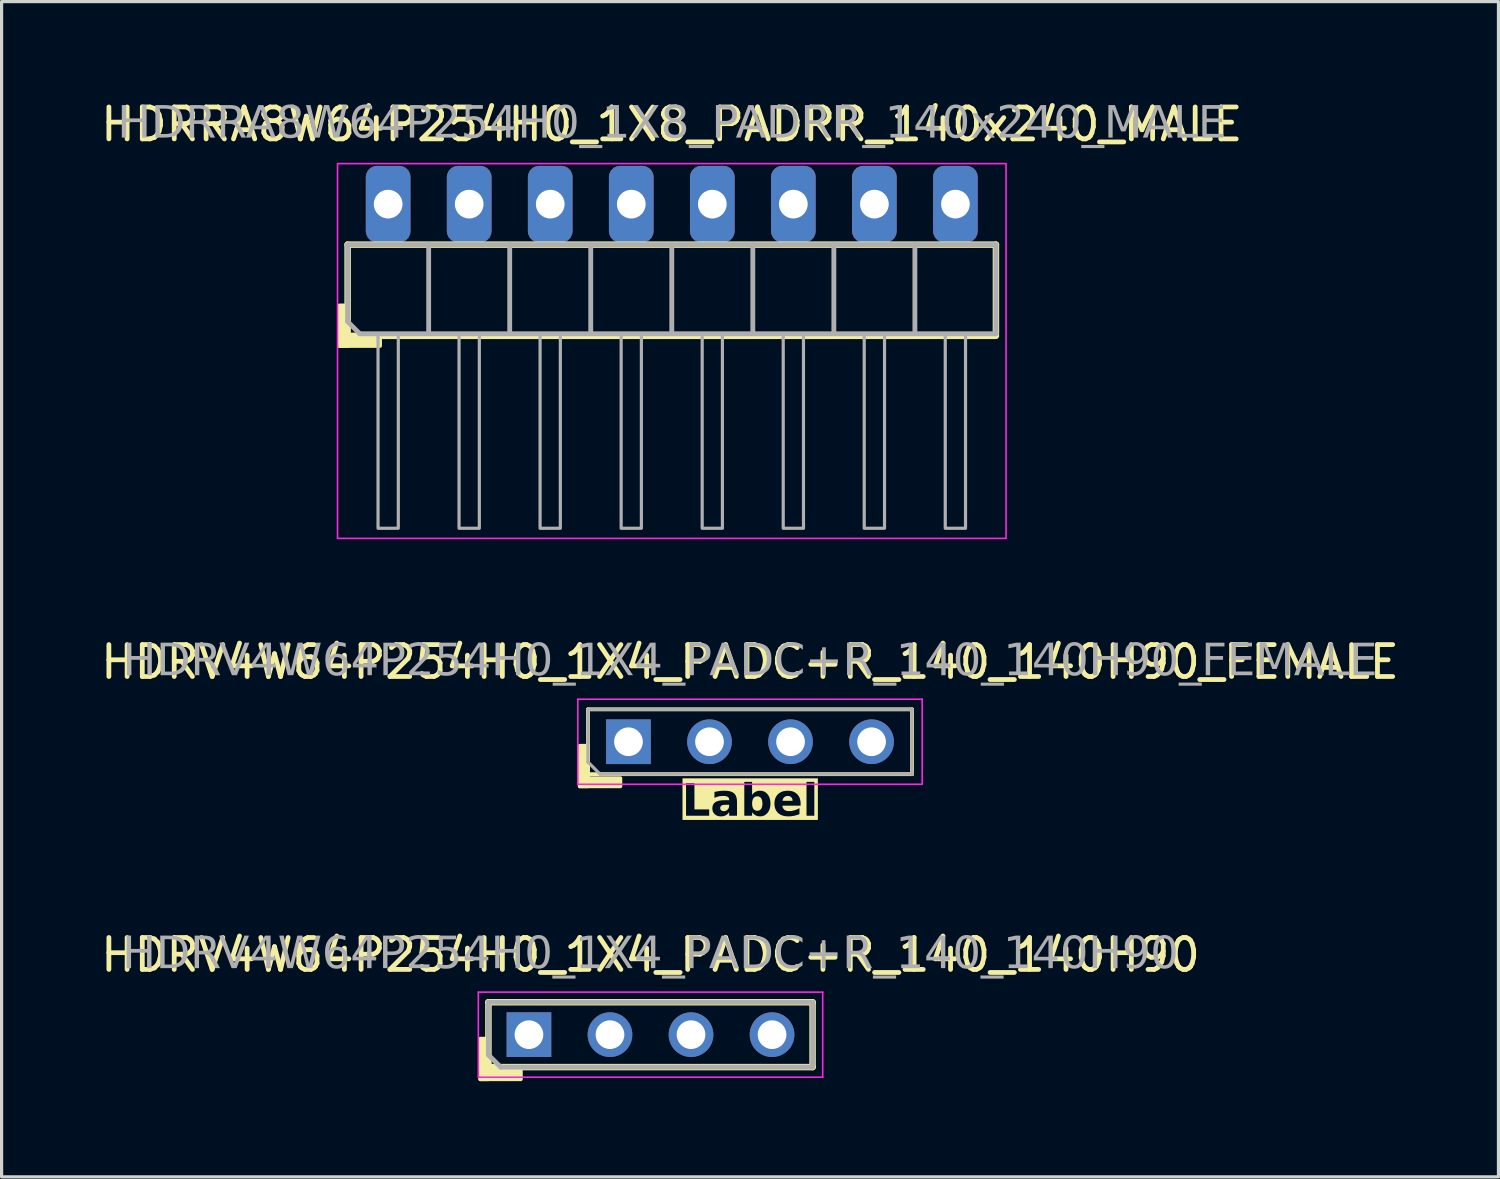
<source format=kicad_pcb>
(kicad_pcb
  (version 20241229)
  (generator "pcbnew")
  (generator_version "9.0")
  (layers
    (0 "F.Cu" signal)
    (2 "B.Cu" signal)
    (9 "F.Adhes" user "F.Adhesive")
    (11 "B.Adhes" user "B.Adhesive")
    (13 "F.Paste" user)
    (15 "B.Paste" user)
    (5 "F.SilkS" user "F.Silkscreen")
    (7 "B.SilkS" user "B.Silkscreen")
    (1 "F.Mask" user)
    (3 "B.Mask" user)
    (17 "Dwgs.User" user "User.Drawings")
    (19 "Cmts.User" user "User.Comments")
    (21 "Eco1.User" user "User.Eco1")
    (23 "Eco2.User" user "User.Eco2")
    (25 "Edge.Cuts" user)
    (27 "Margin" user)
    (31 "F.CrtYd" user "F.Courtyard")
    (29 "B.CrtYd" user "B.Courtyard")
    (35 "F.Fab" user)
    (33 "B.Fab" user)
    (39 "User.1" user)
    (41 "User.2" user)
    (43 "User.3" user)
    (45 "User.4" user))
  (footprint "HDRV4W64P254H0_1X4_PADC+R_140_140H90_FEMALE"
    (layer "F.Cu")
    (at 20.458 20.199)
    (property "Reference" "HDRV4W64P254H0_1X4_PADC+R_140_140H90_FEMALE" (at 0 -2.5 0) (layer "F.SilkS") (effects (font (size 1 1) (thickness 0.15))))
    (property "Label" "Label" (at 0 1.905 0) (layer "F.SilkS" knockout) (effects (font (face "Tahoma") (size 1 1) (thickness 0.2) (bold yes))))
    (attr through_hole exclude_from_pos_files exclude_from_bom)
    (fp_line (start -5.08 -1.016) (end -5.08 1.27) (stroke (width 0.12) (type solid)) (layer "F.SilkS"))
    (fp_line (start -5.08 1.016) (end 5.08 1.016) (stroke (width 0.12) (type solid)) (layer "F.SilkS"))
    (fp_line (start 5.08 -1.016) (end -5.08 -1.016) (stroke (width 0.12) (type solid)) (layer "F.SilkS"))
    (fp_line (start 5.08 1.016) (end 5.08 -1.016) (stroke (width 0.12) (type solid)) (layer "F.SilkS"))
    (fp_rect (start -5.08 0.127) (end -5.334 1.397) (stroke (width 0.12) (type solid)) (fill yes) (layer "F.SilkS"))
    (fp_rect (start -4.064 1.397) (end -5.334 1.143) (stroke (width 0.12) (type solid)) (fill yes) (layer "F.SilkS"))
    (fp_line (start -5.397 1.333) (end -5.397 -1.333) (stroke (width 0.05) (type solid)) (layer "F.CrtYd"))
    (fp_line (start 5.397 -1.333) (end -5.397 -1.333) (stroke (width 0.05) (type solid)) (layer "F.CrtYd"))
    (fp_line (start 5.397 1.333) (end -5.397 1.333) (stroke (width 0.05) (type solid)) (layer "F.CrtYd"))
    (fp_line (start 5.397 1.333) (end 5.397 -1.333) (stroke (width 0.05) (type solid)) (layer "F.CrtYd"))
    (fp_line (start -5.08 -1.016) (end -5.08 0.635) (stroke (width 0.1) (type solid)) (layer "F.Fab"))
    (fp_line (start -5.08 -1.016) (end 5.08 -1.016) (stroke (width 0.1) (type solid)) (layer "F.Fab"))
    (fp_line (start -5.08 0.635) (end -4.699 1.016) (stroke (width 0.1) (type solid)) (layer "F.Fab"))
    (fp_line (start 5.08 -1.016) (end 5.08 1.016) (stroke (width 0.1) (type solid)) (layer "F.Fab"))
    (fp_line (start 5.08 1.016) (end -4.699 1.016) (stroke (width 0.1) (type solid)) (layer "F.Fab"))
    (fp_rect (start -3.556 -0.254) (end -4.064 0.254) (stroke (width 0.1) (type solid)) (fill no) (layer "F.Fab"))
    (fp_rect (start -1.016 -0.254) (end -1.524 0.254) (stroke (width 0.1) (type solid)) (fill no) (layer "F.Fab"))
    (fp_rect (start 1.524 -0.254) (end 1.016 0.254) (stroke (width 0.1) (type solid)) (fill no) (layer "F.Fab"))
    (fp_rect (start 4.064 -0.254) (end 3.556 0.254) (stroke (width 0.1) (type solid)) (fill no) (layer "F.Fab"))
    (fp_text user "${REFERENCE}" (at 0 -2.5 0) (layer "F.Fab") (effects (font (face "Tahoma") (size 1 1) (thickness 0.15))))
    (pad "1" thru_hole rect (at -3.81 0) (size 1.4 1.4) (drill 0.9) (layers "*.Cu" "*.Mask"))
    (pad "2" thru_hole circle (at -1.27 0) (size 1.4 1.4) (drill 0.9) (layers "*.Cu" "*.Mask"))
    (pad "3" thru_hole circle (at 1.27 0) (size 1.4 1.4) (drill 0.9) (layers "*.Cu" "*.Mask"))
    (pad "4" thru_hole circle (at 3.81 0) (size 1.4 1.4) (drill 0.9) (layers "*.Cu" "*.Mask")))
  (footprint "HDRV4W64P254H0_1X4_PADC+R_140_140H90"
    (layer "F.Cu")
    (at 17.339 29.38)
    (property "Reference" "HDRV4W64P254H0_1X4_PADC+R_140_140H90" (at 0 -2.5 0) (layer "F.SilkS") (effects (font (size 1 1) (thickness 0.15))))
    (attr through_hole exclude_from_pos_files exclude_from_bom)
    (fp_line (start -5.08 -1.016) (end -5.08 1.27) (stroke (width 0.203) (type solid)) (layer "F.SilkS"))
    (fp_line (start -5.08 1.016) (end 5.08 1.016) (stroke (width 0.203) (type solid)) (layer "F.SilkS"))
    (fp_line (start 5.08 -1.016) (end -5.08 -1.016) (stroke (width 0.203) (type solid)) (layer "F.SilkS"))
    (fp_line (start 5.08 1.016) (end 5.08 -1.016) (stroke (width 0.203) (type solid)) (layer "F.SilkS"))
    (fp_rect (start -5.08 0.127) (end -5.334 1.397) (stroke (width 0.12) (type solid)) (fill yes) (layer "F.SilkS"))
    (fp_rect (start -4.064 1.397) (end -5.334 1.143) (stroke (width 0.12) (type solid)) (fill yes) (layer "F.SilkS"))
    (fp_line (start -5.397 1.333) (end -5.397 -1.333) (stroke (width 0.05) (type solid)) (layer "F.CrtYd"))
    (fp_line (start 5.397 -1.333) (end -5.397 -1.333) (stroke (width 0.05) (type solid)) (layer "F.CrtYd"))
    (fp_line (start 5.397 1.333) (end -5.397 1.333) (stroke (width 0.05) (type solid)) (layer "F.CrtYd"))
    (fp_line (start 5.397 1.333) (end 5.397 -1.333) (stroke (width 0.05) (type solid)) (layer "F.CrtYd"))
    (fp_line (start -5.08 -1.016) (end -5.08 0.635) (stroke (width 0.152) (type solid)) (layer "F.Fab"))
    (fp_line (start -5.08 -1.016) (end 5.08 -1.016) (stroke (width 0.152) (type solid)) (layer "F.Fab"))
    (fp_line (start -5.08 0.635) (end -4.699 1.016) (stroke (width 0.152) (type solid)) (layer "F.Fab"))
    (fp_line (start 5.08 -1.016) (end 5.08 1.016) (stroke (width 0.152) (type solid)) (layer "F.Fab"))
    (fp_line (start 5.08 1.016) (end -4.699 1.016) (stroke (width 0.152) (type solid)) (layer "F.Fab"))
    (fp_rect (start -3.556 -0.254) (end -4.064 0.254) (stroke (width 0.152) (type solid)) (fill no) (layer "F.Fab"))
    (fp_rect (start -1.016 -0.254) (end -1.524 0.254) (stroke (width 0.152) (type solid)) (fill no) (layer "F.Fab"))
    (fp_rect (start 1.524 -0.254) (end 1.016 0.254) (stroke (width 0.152) (type solid)) (fill no) (layer "F.Fab"))
    (fp_rect (start 4.064 -0.254) (end 3.556 0.254) (stroke (width 0.152) (type solid)) (fill no) (layer "F.Fab"))
    (fp_text user "${REFERENCE}" (at 0 -2.5 0) (layer "F.Fab") (effects (font (face "Tahoma") (size 1 1) (thickness 0.15))))
    (pad "1" thru_hole rect (at -3.81 0) (size 1.4 1.4) (drill 0.9) (layers "*.Cu" "*.Mask"))
    (pad "2" thru_hole circle (at -1.27 0) (size 1.4 1.4) (drill 0.9) (layers "*.Cu" "*.Mask"))
    (pad "3" thru_hole circle (at 1.27 0) (size 1.4 1.4) (drill 0.9) (layers "*.Cu" "*.Mask"))
    (pad "4" thru_hole circle (at 3.81 0) (size 1.4 1.4) (drill 0.9) (layers "*.Cu" "*.Mask")))
  (footprint "HDRRA8W64P254H0_1X8_PADRR_140x240_MALE"
    (layer "F.Cu")
    (at 18.006 3.348)
    (property "Reference" "HDRRA8W64P254H0_1X8_PADRR_140x240_MALE" (at 0 -2.5 0) (layer "F.SilkS") (effects (font (size 1 1) (thickness 0.15))))
    (attr through_hole)
    (fp_line (start -10.16 1.27) (end -10.16 4.064) (stroke (width 0.203) (type solid)) (layer "F.SilkS"))
    (fp_line (start -10.16 4.128) (end 10.16 4.128) (stroke (width 0.203) (type solid)) (layer "F.SilkS"))
    (fp_line (start 10.16 1.27) (end -10.16 1.27) (stroke (width 0.203) (type solid)) (layer "F.SilkS"))
    (fp_line (start 10.16 4.064) (end 10.16 1.27) (stroke (width 0.203) (type solid)) (layer "F.SilkS"))
    (fp_rect (start -10.16 3.175) (end -10.414 4.445) (stroke (width 0.12) (type solid)) (fill yes) (layer "F.SilkS"))
    (fp_rect (start -9.144 4.445) (end -10.414 4.191) (stroke (width 0.12) (type solid)) (fill yes) (layer "F.SilkS"))
    (fp_rect (start -10.477 -1.27) (end 10.477 10.477) (stroke (width 0.05) (type default)) (fill no) (layer "F.CrtYd"))
    (fp_line (start -10.16 1.27) (end -10.16 3.683) (stroke (width 0.152) (type solid)) (layer "F.Fab"))
    (fp_line (start -10.16 1.27) (end 10.16 1.27) (stroke (width 0.152) (type solid)) (layer "F.Fab"))
    (fp_line (start -10.16 3.683) (end -9.779 4.064) (stroke (width 0.152) (type solid)) (layer "F.Fab"))
    (fp_line (start -7.62 1.27) (end -7.62 4.064) (stroke (width 0.152) (type solid)) (layer "F.Fab"))
    (fp_line (start -5.08 1.27) (end -5.08 4.064) (stroke (width 0.152) (type solid)) (layer "F.Fab"))
    (fp_line (start -2.54 1.27) (end -2.54 4.064) (stroke (width 0.152) (type solid)) (layer "F.Fab"))
    (fp_line (start 0 1.27) (end 0 4.064) (stroke (width 0.152) (type solid)) (layer "F.Fab"))
    (fp_line (start 2.54 1.27) (end 2.54 4.064) (stroke (width 0.152) (type solid)) (layer "F.Fab"))
    (fp_line (start 5.08 1.27) (end 5.08 4.064) (stroke (width 0.152) (type solid)) (layer "F.Fab"))
    (fp_line (start 7.62 1.27) (end 7.62 4.064) (stroke (width 0.152) (type solid)) (layer "F.Fab"))
    (fp_line (start 10.16 1.27) (end 10.16 4.064) (stroke (width 0.152) (type solid)) (layer "F.Fab"))
    (fp_line (start 10.16 4.064) (end -9.779 4.064) (stroke (width 0.152) (type solid)) (layer "F.Fab"))
    (fp_rect (start -9.207 4.064) (end -8.572 10.16) (stroke (width 0.1) (type default)) (fill no) (layer "F.Fab"))
    (fp_rect (start -8.636 -0.254) (end -9.144 0.254) (stroke (width 0.152) (type solid)) (fill no) (layer "F.Fab"))
    (fp_rect (start -6.668 4.064) (end -6.032 10.16) (stroke (width 0.1) (type default)) (fill no) (layer "F.Fab"))
    (fp_rect (start -6.096 -0.254) (end -6.604 0.254) (stroke (width 0.152) (type solid)) (fill no) (layer "F.Fab"))
    (fp_rect (start -4.128 4.064) (end -3.493 10.16) (stroke (width 0.1) (type default)) (fill no) (layer "F.Fab"))
    (fp_rect (start -3.556 -0.254) (end -4.064 0.254) (stroke (width 0.152) (type solid)) (fill no) (layer "F.Fab"))
    (fp_rect (start -1.587 4.064) (end -0.953 10.16) (stroke (width 0.1) (type default)) (fill no) (layer "F.Fab"))
    (fp_rect (start -1.016 -0.254) (end -1.524 0.254) (stroke (width 0.152) (type solid)) (fill no) (layer "F.Fab"))
    (fp_rect (start 0.953 4.064) (end 1.587 10.16) (stroke (width 0.1) (type default)) (fill no) (layer "F.Fab"))
    (fp_rect (start 1.524 -0.254) (end 1.016 0.254) (stroke (width 0.152) (type solid)) (fill no) (layer "F.Fab"))
    (fp_rect (start 3.493 4.064) (end 4.128 10.16) (stroke (width 0.1) (type default)) (fill no) (layer "F.Fab"))
    (fp_rect (start 4.064 -0.254) (end 3.556 0.254) (stroke (width 0.152) (type solid)) (fill no) (layer "F.Fab"))
    (fp_rect (start 6.032 4.064) (end 6.668 10.16) (stroke (width 0.1) (type default)) (fill no) (layer "F.Fab"))
    (fp_rect (start 6.604 -0.254) (end 6.096 0.254) (stroke (width 0.152) (type solid)) (fill no) (layer "F.Fab"))
    (fp_rect (start 8.572 4.064) (end 9.207 10.16) (stroke (width 0.1) (type default)) (fill no) (layer "F.Fab"))
    (fp_rect (start 9.144 -0.254) (end 8.636 0.254) (stroke (width 0.152) (type solid)) (fill no) (layer "F.Fab"))
    (fp_text user "${REFERENCE}" (at 0 -2.5 0) (layer "F.Fab") (effects (font (face "Tahoma") (size 1 1) (thickness 0.15))))
    (pad "1" thru_hole roundrect (at -8.89 0) (size 1.4 2.4) (drill 0.9) (layers "*.Cu" "*.Mask") (roundrect_rratio 0.25))
    (pad "2" thru_hole roundrect (at -6.35 0) (size 1.4 2.4) (drill 0.9) (layers "*.Cu" "*.Mask") (roundrect_rratio 0.25))
    (pad "3" thru_hole roundrect (at -3.81 0) (size 1.4 2.4) (drill 0.9) (layers "*.Cu" "*.Mask") (roundrect_rratio 0.25))
    (pad "4" thru_hole roundrect (at -1.27 0) (size 1.4 2.4) (drill 0.9) (layers "*.Cu" "*.Mask") (roundrect_rratio 0.25))
    (pad "5" thru_hole roundrect (at 1.27 0) (size 1.4 2.4) (drill 0.9) (layers "*.Cu" "*.Mask") (roundrect_rratio 0.25))
    (pad "6" thru_hole roundrect (at 3.81 0) (size 1.4 2.4) (drill 0.9) (layers "*.Cu" "*.Mask") (roundrect_rratio 0.25))
    (pad "7" thru_hole roundrect (at 6.35 0) (size 1.4 2.4) (drill 0.9) (layers "*.Cu" "*.Mask") (roundrect_rratio 0.25))
    (pad "8" thru_hole roundrect (at 8.89 0) (size 1.4 2.4) (drill 0.9) (layers "*.Cu" "*.Mask") (roundrect_rratio 0.25)))
  (gr_rect
    (start -3 -3)
    (end 43.917 33.837)
    (stroke (width 0.1) (type default))
    (fill no)
    (layer "Edge.Cuts")))
</source>
